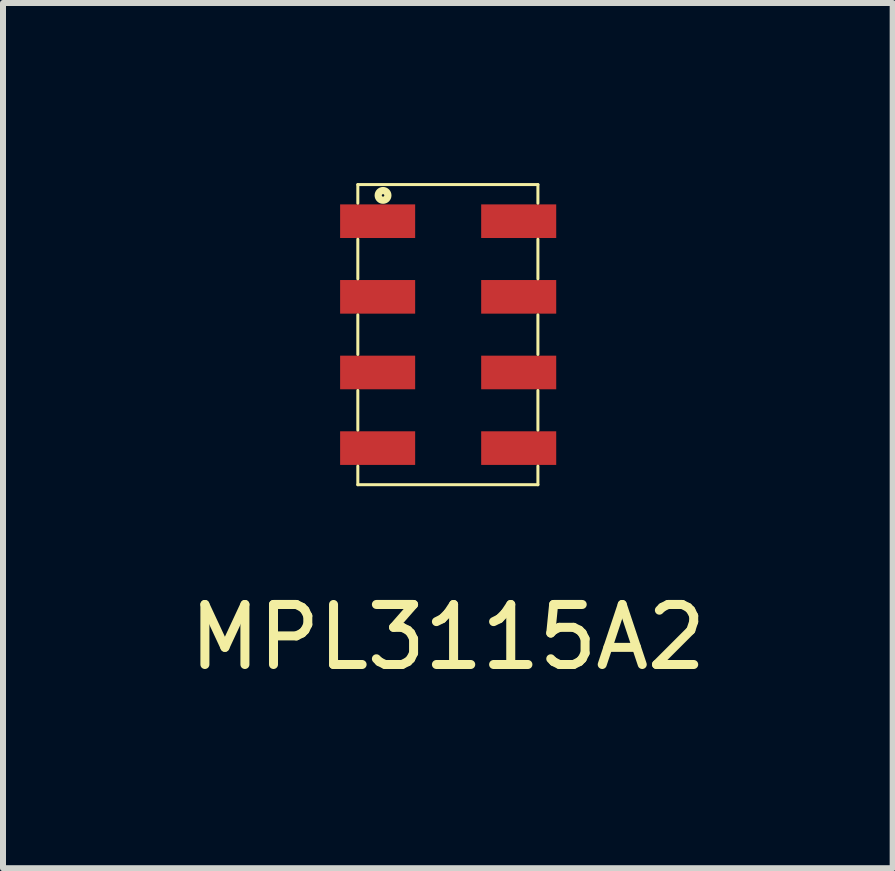
<source format=kicad_pcb>
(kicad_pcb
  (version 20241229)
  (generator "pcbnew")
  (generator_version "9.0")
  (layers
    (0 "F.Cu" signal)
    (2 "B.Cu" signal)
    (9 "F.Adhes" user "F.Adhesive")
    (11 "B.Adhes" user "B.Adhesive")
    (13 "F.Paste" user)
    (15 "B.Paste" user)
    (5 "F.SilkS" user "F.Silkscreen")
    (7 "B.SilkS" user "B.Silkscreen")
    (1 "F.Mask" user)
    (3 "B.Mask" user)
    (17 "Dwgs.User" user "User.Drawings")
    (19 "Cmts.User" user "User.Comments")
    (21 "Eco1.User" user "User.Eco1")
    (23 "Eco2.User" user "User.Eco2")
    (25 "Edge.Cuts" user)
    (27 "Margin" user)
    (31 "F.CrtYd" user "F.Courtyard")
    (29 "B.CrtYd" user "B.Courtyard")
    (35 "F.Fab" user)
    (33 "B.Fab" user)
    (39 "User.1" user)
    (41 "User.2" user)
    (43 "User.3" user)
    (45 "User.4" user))
  (footprint "MPL3115A2"
    (layer "F.Cu")
    (at 4.411 7.065)
    (property "Reference" "MPL3115A2" (at 0 0.5 0) (layer "F.SilkS") (effects (font (size 1 1) (thickness 0.15))))
    (attr through_hole)
    (fp_line (start -1.5 -7.04) (end -1.5 -6.73) (stroke (width 0.05) (type solid)) (layer "F.SilkS"))
    (fp_line (start -1.5 -5.47) (end -1.5 -6.13) (stroke (width 0.05) (type solid)) (layer "F.SilkS"))
    (fp_line (start -1.5 -4.87) (end -1.5 -4.21) (stroke (width 0.05) (type solid)) (layer "F.SilkS"))
    (fp_line (start -1.5 -3.61) (end -1.5 -2.95) (stroke (width 0.05) (type solid)) (layer "F.SilkS"))
    (fp_line (start -1.5 -2.35) (end -1.5 -2.04) (stroke (width 0.05) (type solid)) (layer "F.SilkS"))
    (fp_line (start -1.5 -2.04) (end 1.5 -2.04) (stroke (width 0.05) (type solid)) (layer "F.SilkS"))
    (fp_line (start 1.5 -7.04) (end -1.5 -7.04) (stroke (width 0.05) (type solid)) (layer "F.SilkS"))
    (fp_line (start 1.5 -7.04) (end 1.5 -6.73) (stroke (width 0.05) (type solid)) (layer "F.SilkS"))
    (fp_line (start 1.5 -5.47) (end 1.5 -6.13) (stroke (width 0.05) (type solid)) (layer "F.SilkS"))
    (fp_line (start 1.5 -4.87) (end 1.5 -4.21) (stroke (width 0.05) (type solid)) (layer "F.SilkS"))
    (fp_line (start 1.5 -3.61) (end 1.5 -2.95) (stroke (width 0.05) (type solid)) (layer "F.SilkS"))
    (fp_line (start 1.5 -2.35) (end 1.5 -2.04) (stroke (width 0.05) (type solid)) (layer "F.SilkS"))
    (fp_circle (center -1.08 -6.86) (end -1.07 -6.94) (stroke (width 0.12) (type solid)) (fill no) (layer "F.SilkS"))
    (pad "1" smd rect (at -1.17 -6.43) (size 1.25 0.56) (layers "F.Cu" "F.Mask" "F.Paste"))
    (pad "2" smd rect (at -1.17 -5.17) (size 1.25 0.56) (layers "F.Cu" "F.Mask" "F.Paste"))
    (pad "3" smd rect (at -1.17 -3.91) (size 1.25 0.56) (layers "F.Cu" "F.Mask" "F.Paste"))
    (pad "4" smd rect (at -1.17 -2.65) (size 1.25 0.56) (layers "F.Cu" "F.Mask" "F.Paste"))
    (pad "5" smd rect (at 1.18 -2.65) (size 1.25 0.56) (layers "F.Cu" "F.Mask" "F.Paste"))
    (pad "6" smd rect (at 1.18 -3.91) (size 1.25 0.56) (layers "F.Cu" "F.Mask" "F.Paste"))
    (pad "7" smd rect (at 1.18 -5.17) (size 1.25 0.56) (layers "F.Cu" "F.Mask" "F.Paste"))
    (pad "8" smd rect (at 1.18 -6.43) (size 1.25 0.56) (layers "F.Cu" "F.Mask" "F.Paste")))
  (gr_rect
    (start -3 -3)
    (end 11.821 11.413)
    (stroke (width 0.1) (type default))
    (fill no)
    (layer "Edge.Cuts")))
</source>
